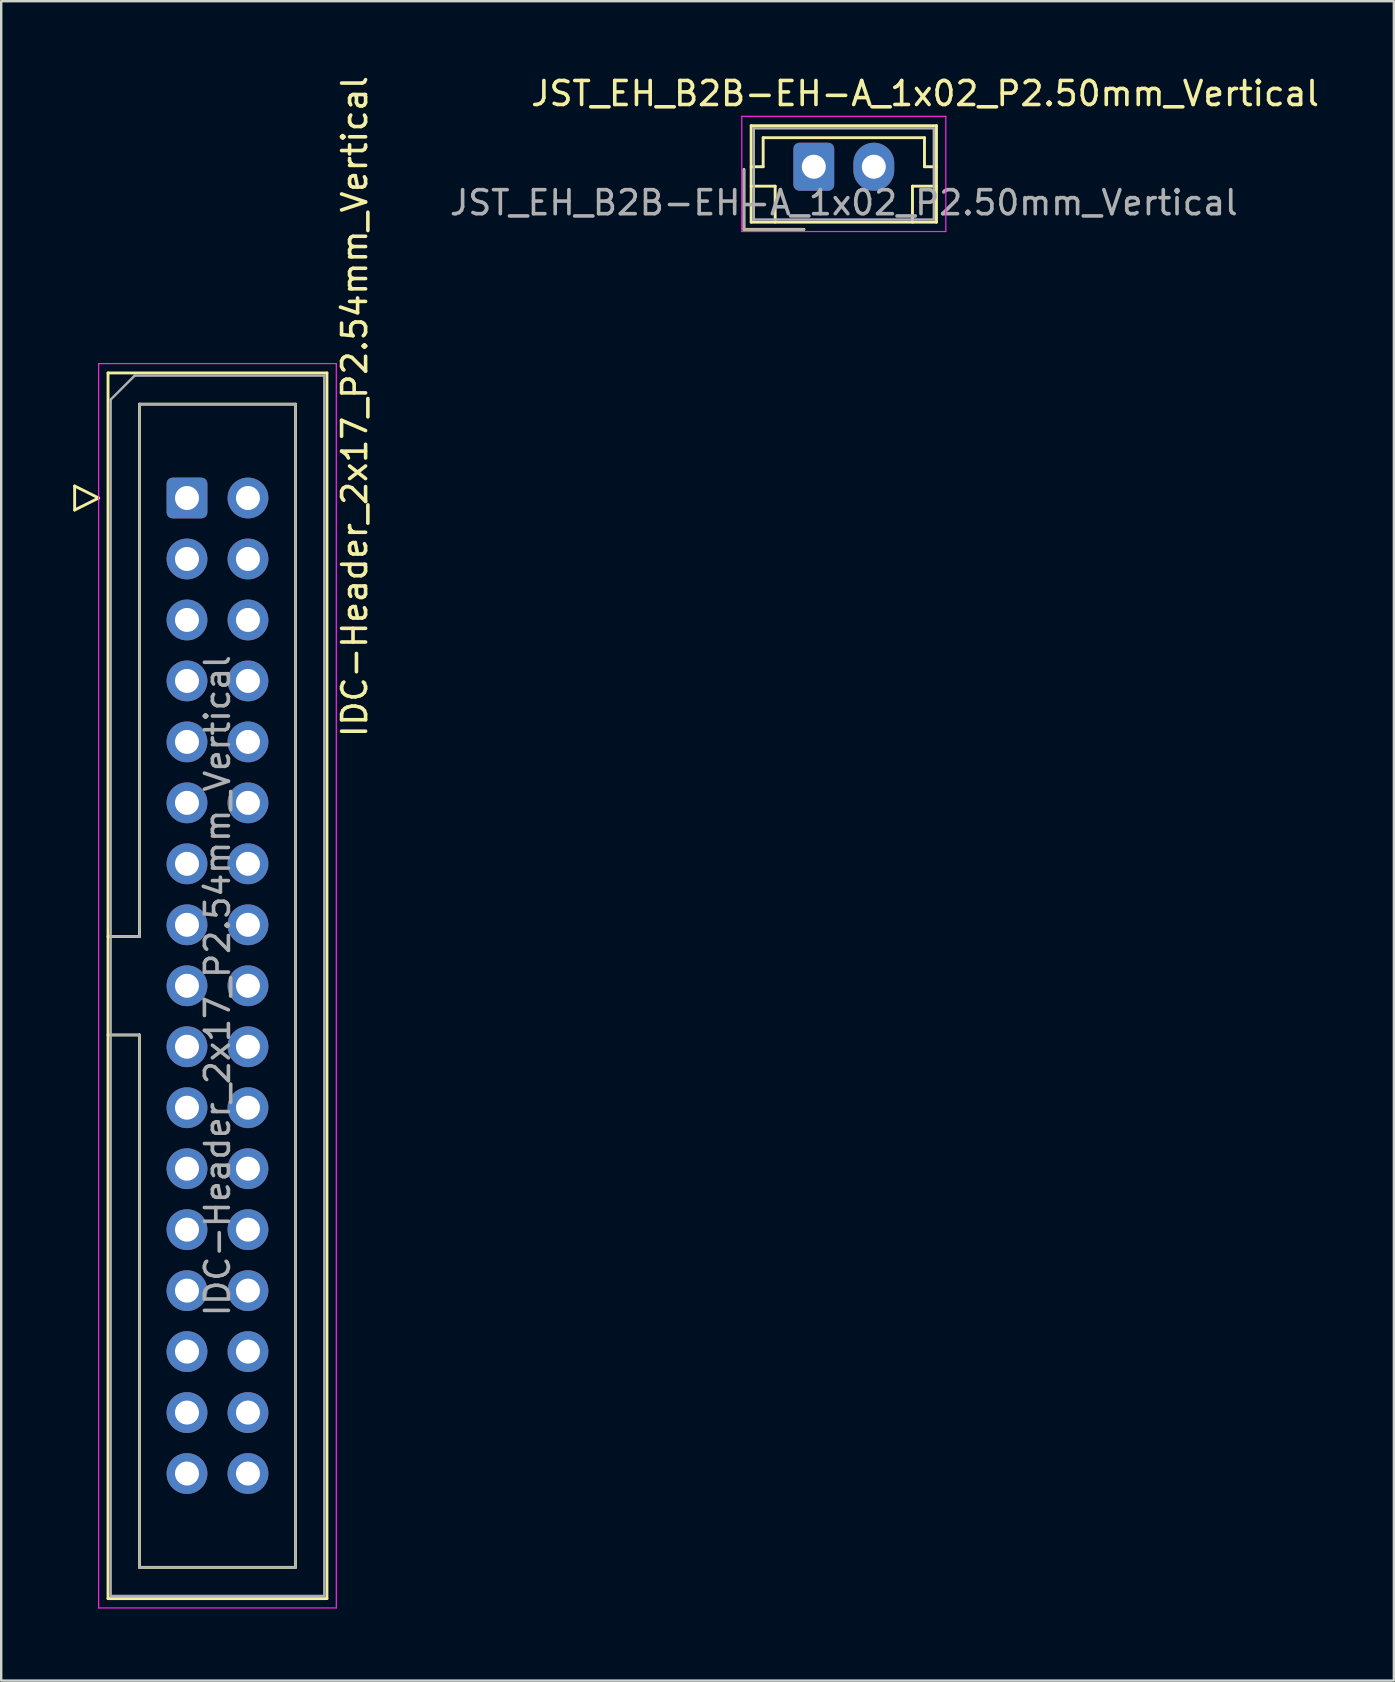
<source format=kicad_pcb>
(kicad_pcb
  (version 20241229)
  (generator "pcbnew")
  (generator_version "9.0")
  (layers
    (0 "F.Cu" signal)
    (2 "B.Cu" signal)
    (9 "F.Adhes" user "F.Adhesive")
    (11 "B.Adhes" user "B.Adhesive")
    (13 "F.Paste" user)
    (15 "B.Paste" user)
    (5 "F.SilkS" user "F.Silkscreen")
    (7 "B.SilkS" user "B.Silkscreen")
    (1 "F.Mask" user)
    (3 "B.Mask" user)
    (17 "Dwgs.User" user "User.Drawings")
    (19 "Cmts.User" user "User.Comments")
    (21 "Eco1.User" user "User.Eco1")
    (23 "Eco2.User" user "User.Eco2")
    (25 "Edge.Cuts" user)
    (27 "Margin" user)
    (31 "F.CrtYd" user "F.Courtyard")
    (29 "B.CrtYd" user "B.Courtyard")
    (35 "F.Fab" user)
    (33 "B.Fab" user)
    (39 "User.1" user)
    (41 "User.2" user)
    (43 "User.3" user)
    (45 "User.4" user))
  (footprint "IDC-Header_2x17_P2.54mm_Vertical"
    (layer "F.Cu")
    (at 4.74 17.697)
    (property "Reference" "IDC-Header_2x17_P2.54mm_Vertical" (at 6.985 -3.81 270) (layer "F.SilkS") (effects (font (size 1 1) (thickness 0.15))))
    (attr through_hole)
    (fp_line (start -4.68 -0.5) (end -4.68 0.5) (stroke (width 0.12) (type solid)) (layer "F.SilkS"))
    (fp_line (start -4.68 0.5) (end -3.68 0) (stroke (width 0.12) (type solid)) (layer "F.SilkS"))
    (fp_line (start -3.68 0) (end -4.68 -0.5) (stroke (width 0.12) (type solid)) (layer "F.SilkS"))
    (fp_line (start -3.29 -5.21) (end 5.83 -5.21) (stroke (width 0.12) (type solid)) (layer "F.SilkS"))
    (fp_line (start -3.29 18.27) (end -1.98 18.27) (stroke (width 0.12) (type solid)) (layer "F.SilkS"))
    (fp_line (start -3.29 45.85) (end -3.29 -5.21) (stroke (width 0.12) (type solid)) (layer "F.SilkS"))
    (fp_line (start -1.98 -3.91) (end 4.52 -3.91) (stroke (width 0.12) (type solid)) (layer "F.SilkS"))
    (fp_line (start -1.98 18.27) (end -1.98 -3.91) (stroke (width 0.12) (type solid)) (layer "F.SilkS"))
    (fp_line (start -1.98 22.37) (end -3.29 22.37) (stroke (width 0.12) (type solid)) (layer "F.SilkS"))
    (fp_line (start -1.98 22.37) (end -1.98 22.37) (stroke (width 0.12) (type solid)) (layer "F.SilkS"))
    (fp_line (start -1.98 44.55) (end -1.98 22.37) (stroke (width 0.12) (type solid)) (layer "F.SilkS"))
    (fp_line (start 4.52 -3.91) (end 4.52 44.55) (stroke (width 0.12) (type solid)) (layer "F.SilkS"))
    (fp_line (start 4.52 44.55) (end -1.98 44.55) (stroke (width 0.12) (type solid)) (layer "F.SilkS"))
    (fp_line (start 5.83 -5.21) (end 5.83 45.85) (stroke (width 0.12) (type solid)) (layer "F.SilkS"))
    (fp_line (start 5.83 45.85) (end -3.29 45.85) (stroke (width 0.12) (type solid)) (layer "F.SilkS"))
    (fp_line (start -3.68 -5.6) (end -3.68 46.24) (stroke (width 0.05) (type solid)) (layer "F.CrtYd"))
    (fp_line (start -3.68 46.24) (end 6.22 46.24) (stroke (width 0.05) (type solid)) (layer "F.CrtYd"))
    (fp_line (start 6.22 -5.6) (end -3.68 -5.6) (stroke (width 0.05) (type solid)) (layer "F.CrtYd"))
    (fp_line (start 6.22 46.24) (end 6.22 -5.6) (stroke (width 0.05) (type solid)) (layer "F.CrtYd"))
    (fp_line (start -3.18 -4.1) (end -2.18 -5.1) (stroke (width 0.1) (type solid)) (layer "F.Fab"))
    (fp_line (start -3.18 18.27) (end -1.98 18.27) (stroke (width 0.1) (type solid)) (layer "F.Fab"))
    (fp_line (start -3.18 45.74) (end -3.18 -4.1) (stroke (width 0.1) (type solid)) (layer "F.Fab"))
    (fp_line (start -2.18 -5.1) (end 5.72 -5.1) (stroke (width 0.1) (type solid)) (layer "F.Fab"))
    (fp_line (start -1.98 -3.91) (end 4.52 -3.91) (stroke (width 0.1) (type solid)) (layer "F.Fab"))
    (fp_line (start -1.98 18.27) (end -1.98 -3.91) (stroke (width 0.1) (type solid)) (layer "F.Fab"))
    (fp_line (start -1.98 22.37) (end -3.18 22.37) (stroke (width 0.1) (type solid)) (layer "F.Fab"))
    (fp_line (start -1.98 22.37) (end -1.98 22.37) (stroke (width 0.1) (type solid)) (layer "F.Fab"))
    (fp_line (start -1.98 44.55) (end -1.98 22.37) (stroke (width 0.1) (type solid)) (layer "F.Fab"))
    (fp_line (start 4.52 -3.91) (end 4.52 44.55) (stroke (width 0.1) (type solid)) (layer "F.Fab"))
    (fp_line (start 4.52 44.55) (end -1.98 44.55) (stroke (width 0.1) (type solid)) (layer "F.Fab"))
    (fp_line (start 5.72 -5.1) (end 5.72 45.74) (stroke (width 0.1) (type solid)) (layer "F.Fab"))
    (fp_line (start 5.72 45.74) (end -3.18 45.74) (stroke (width 0.1) (type solid)) (layer "F.Fab"))
    (fp_text user "${REFERENCE}" (at 1.27 20.32 90) (layer "F.Fab") (effects (font (size 1 1) (thickness 0.15))))
    (pad "1" thru_hole roundrect (at 0 0) (size 1.7 1.7) (drill 1) (layers "*.Cu" "*.Mask") (roundrect_rratio 0.147))
    (pad "2" thru_hole circle (at 2.54 0) (size 1.7 1.7) (drill 1) (layers "*.Cu" "*.Mask"))
    (pad "3" thru_hole circle (at 0 2.54) (size 1.7 1.7) (drill 1) (layers "*.Cu" "*.Mask"))
    (pad "4" thru_hole circle (at 2.54 2.54) (size 1.7 1.7) (drill 1) (layers "*.Cu" "*.Mask"))
    (pad "5" thru_hole circle (at 0 5.08) (size 1.7 1.7) (drill 1) (layers "*.Cu" "*.Mask"))
    (pad "6" thru_hole circle (at 2.54 5.08) (size 1.7 1.7) (drill 1) (layers "*.Cu" "*.Mask"))
    (pad "7" thru_hole circle (at 0 7.62) (size 1.7 1.7) (drill 1) (layers "*.Cu" "*.Mask"))
    (pad "8" thru_hole circle (at 2.54 7.62) (size 1.7 1.7) (drill 1) (layers "*.Cu" "*.Mask"))
    (pad "9" thru_hole circle (at 0 10.16) (size 1.7 1.7) (drill 1) (layers "*.Cu" "*.Mask"))
    (pad "10" thru_hole circle (at 2.54 10.16) (size 1.7 1.7) (drill 1) (layers "*.Cu" "*.Mask"))
    (pad "11" thru_hole circle (at 0 12.7) (size 1.7 1.7) (drill 1) (layers "*.Cu" "*.Mask"))
    (pad "12" thru_hole circle (at 2.54 12.7) (size 1.7 1.7) (drill 1) (layers "*.Cu" "*.Mask"))
    (pad "13" thru_hole circle (at 0 15.24) (size 1.7 1.7) (drill 1) (layers "*.Cu" "*.Mask"))
    (pad "14" thru_hole circle (at 2.54 15.24) (size 1.7 1.7) (drill 1) (layers "*.Cu" "*.Mask"))
    (pad "15" thru_hole circle (at 0 17.78) (size 1.7 1.7) (drill 1) (layers "*.Cu" "*.Mask"))
    (pad "16" thru_hole circle (at 2.54 17.78) (size 1.7 1.7) (drill 1) (layers "*.Cu" "*.Mask"))
    (pad "17" thru_hole circle (at 0 20.32) (size 1.7 1.7) (drill 1) (layers "*.Cu" "*.Mask"))
    (pad "18" thru_hole circle (at 2.54 20.32) (size 1.7 1.7) (drill 1) (layers "*.Cu" "*.Mask"))
    (pad "19" thru_hole circle (at 0 22.86) (size 1.7 1.7) (drill 1) (layers "*.Cu" "*.Mask"))
    (pad "20" thru_hole circle (at 2.54 22.86) (size 1.7 1.7) (drill 1) (layers "*.Cu" "*.Mask"))
    (pad "21" thru_hole circle (at 0 25.4) (size 1.7 1.7) (drill 1) (layers "*.Cu" "*.Mask"))
    (pad "22" thru_hole circle (at 2.54 25.4) (size 1.7 1.7) (drill 1) (layers "*.Cu" "*.Mask"))
    (pad "23" thru_hole circle (at 0 27.94) (size 1.7 1.7) (drill 1) (layers "*.Cu" "*.Mask"))
    (pad "24" thru_hole circle (at 2.54 27.94) (size 1.7 1.7) (drill 1) (layers "*.Cu" "*.Mask"))
    (pad "25" thru_hole circle (at 0 30.48) (size 1.7 1.7) (drill 1) (layers "*.Cu" "*.Mask"))
    (pad "26" thru_hole circle (at 2.54 30.48) (size 1.7 1.7) (drill 1) (layers "*.Cu" "*.Mask"))
    (pad "27" thru_hole circle (at 0 33.02) (size 1.7 1.7) (drill 1) (layers "*.Cu" "*.Mask"))
    (pad "28" thru_hole circle (at 2.54 33.02) (size 1.7 1.7) (drill 1) (layers "*.Cu" "*.Mask"))
    (pad "29" thru_hole circle (at 0 35.56) (size 1.7 1.7) (drill 1) (layers "*.Cu" "*.Mask"))
    (pad "30" thru_hole circle (at 2.54 35.56) (size 1.7 1.7) (drill 1) (layers "*.Cu" "*.Mask"))
    (pad "31" thru_hole circle (at 0 38.1) (size 1.7 1.7) (drill 1) (layers "*.Cu" "*.Mask"))
    (pad "32" thru_hole circle (at 2.54 38.1) (size 1.7 1.7) (drill 1) (layers "*.Cu" "*.Mask"))
    (pad "33" thru_hole circle (at 0 40.64) (size 1.7 1.7) (drill 1) (layers "*.Cu" "*.Mask"))
    (pad "34" thru_hole circle (at 2.54 40.64) (size 1.7 1.7) (drill 1) (layers "*.Cu" "*.Mask")))
  (footprint "JST_EH_B2B-EH-A_1x02_P2.50mm_Vertical"
    (layer "F.Cu")
    (at 30.853 3.896)
    (property "Reference" "JST_EH_B2B-EH-A_1x02_P2.50mm_Vertical" (at 4.636 -3.048 0) (layer "F.SilkS") (effects (font (size 1 1) (thickness 0.15))))
    (attr through_hole)
    (fp_line (start -2.91 0.11) (end -2.91 2.61) (stroke (width 0.12) (type solid)) (layer "F.SilkS"))
    (fp_line (start -2.91 2.61) (end -0.41 2.61) (stroke (width 0.12) (type solid)) (layer "F.SilkS"))
    (fp_line (start -2.61 -1.71) (end -2.61 2.31) (stroke (width 0.12) (type solid)) (layer "F.SilkS"))
    (fp_line (start -2.61 0) (end -2.11 0) (stroke (width 0.12) (type solid)) (layer "F.SilkS"))
    (fp_line (start -2.61 0.81) (end -1.61 0.81) (stroke (width 0.12) (type solid)) (layer "F.SilkS"))
    (fp_line (start -2.61 2.31) (end 5.11 2.31) (stroke (width 0.12) (type solid)) (layer "F.SilkS"))
    (fp_line (start -2.11 -1.21) (end 4.61 -1.21) (stroke (width 0.12) (type solid)) (layer "F.SilkS"))
    (fp_line (start -2.11 0) (end -2.11 -1.21) (stroke (width 0.12) (type solid)) (layer "F.SilkS"))
    (fp_line (start -1.61 0.81) (end -1.61 2.31) (stroke (width 0.12) (type solid)) (layer "F.SilkS"))
    (fp_line (start 4.11 0.81) (end 4.11 2.31) (stroke (width 0.12) (type solid)) (layer "F.SilkS"))
    (fp_line (start 4.61 -1.21) (end 4.61 0) (stroke (width 0.12) (type solid)) (layer "F.SilkS"))
    (fp_line (start 4.61 0) (end 5.11 0) (stroke (width 0.12) (type solid)) (layer "F.SilkS"))
    (fp_line (start 5.11 -1.71) (end -2.61 -1.71) (stroke (width 0.12) (type solid)) (layer "F.SilkS"))
    (fp_line (start 5.11 0.81) (end 4.11 0.81) (stroke (width 0.12) (type solid)) (layer "F.SilkS"))
    (fp_line (start 5.11 2.31) (end 5.11 -1.71) (stroke (width 0.12) (type solid)) (layer "F.SilkS"))
    (fp_line (start -3 -2.1) (end -3 2.7) (stroke (width 0.05) (type solid)) (layer "F.CrtYd"))
    (fp_line (start -3 2.7) (end 5.5 2.7) (stroke (width 0.05) (type solid)) (layer "F.CrtYd"))
    (fp_line (start 5.5 -2.1) (end -3 -2.1) (stroke (width 0.05) (type solid)) (layer "F.CrtYd"))
    (fp_line (start 5.5 2.7) (end 5.5 -2.1) (stroke (width 0.05) (type solid)) (layer "F.CrtYd"))
    (fp_line (start -2.91 0.11) (end -2.91 2.61) (stroke (width 0.1) (type solid)) (layer "F.Fab"))
    (fp_line (start -2.91 2.61) (end -0.41 2.61) (stroke (width 0.1) (type solid)) (layer "F.Fab"))
    (fp_line (start -2.5 -1.6) (end -2.5 2.2) (stroke (width 0.1) (type solid)) (layer "F.Fab"))
    (fp_line (start -2.5 2.2) (end 5 2.2) (stroke (width 0.1) (type solid)) (layer "F.Fab"))
    (fp_line (start 5 -1.6) (end -2.5 -1.6) (stroke (width 0.1) (type solid)) (layer "F.Fab"))
    (fp_line (start 5 2.2) (end 5 -1.6) (stroke (width 0.1) (type solid)) (layer "F.Fab"))
    (fp_text user "${REFERENCE}" (at 1.25 1.5 0) (layer "F.Fab") (effects (font (size 1 1) (thickness 0.15))))
    (pad "1" thru_hole roundrect (at 0 0) (size 1.7 2) (drill 1) (layers "*.Cu" "*.Mask") (roundrect_rratio 0.147))
    (pad "2" thru_hole oval (at 2.5 0) (size 1.7 2) (drill 1) (layers "*.Cu" "*.Mask")))
  (gr_rect
    (start -3 -3)
    (end 55.018 66.962)
    (stroke (width 0.1) (type default))
    (fill no)
    (layer "Edge.Cuts")))
</source>
